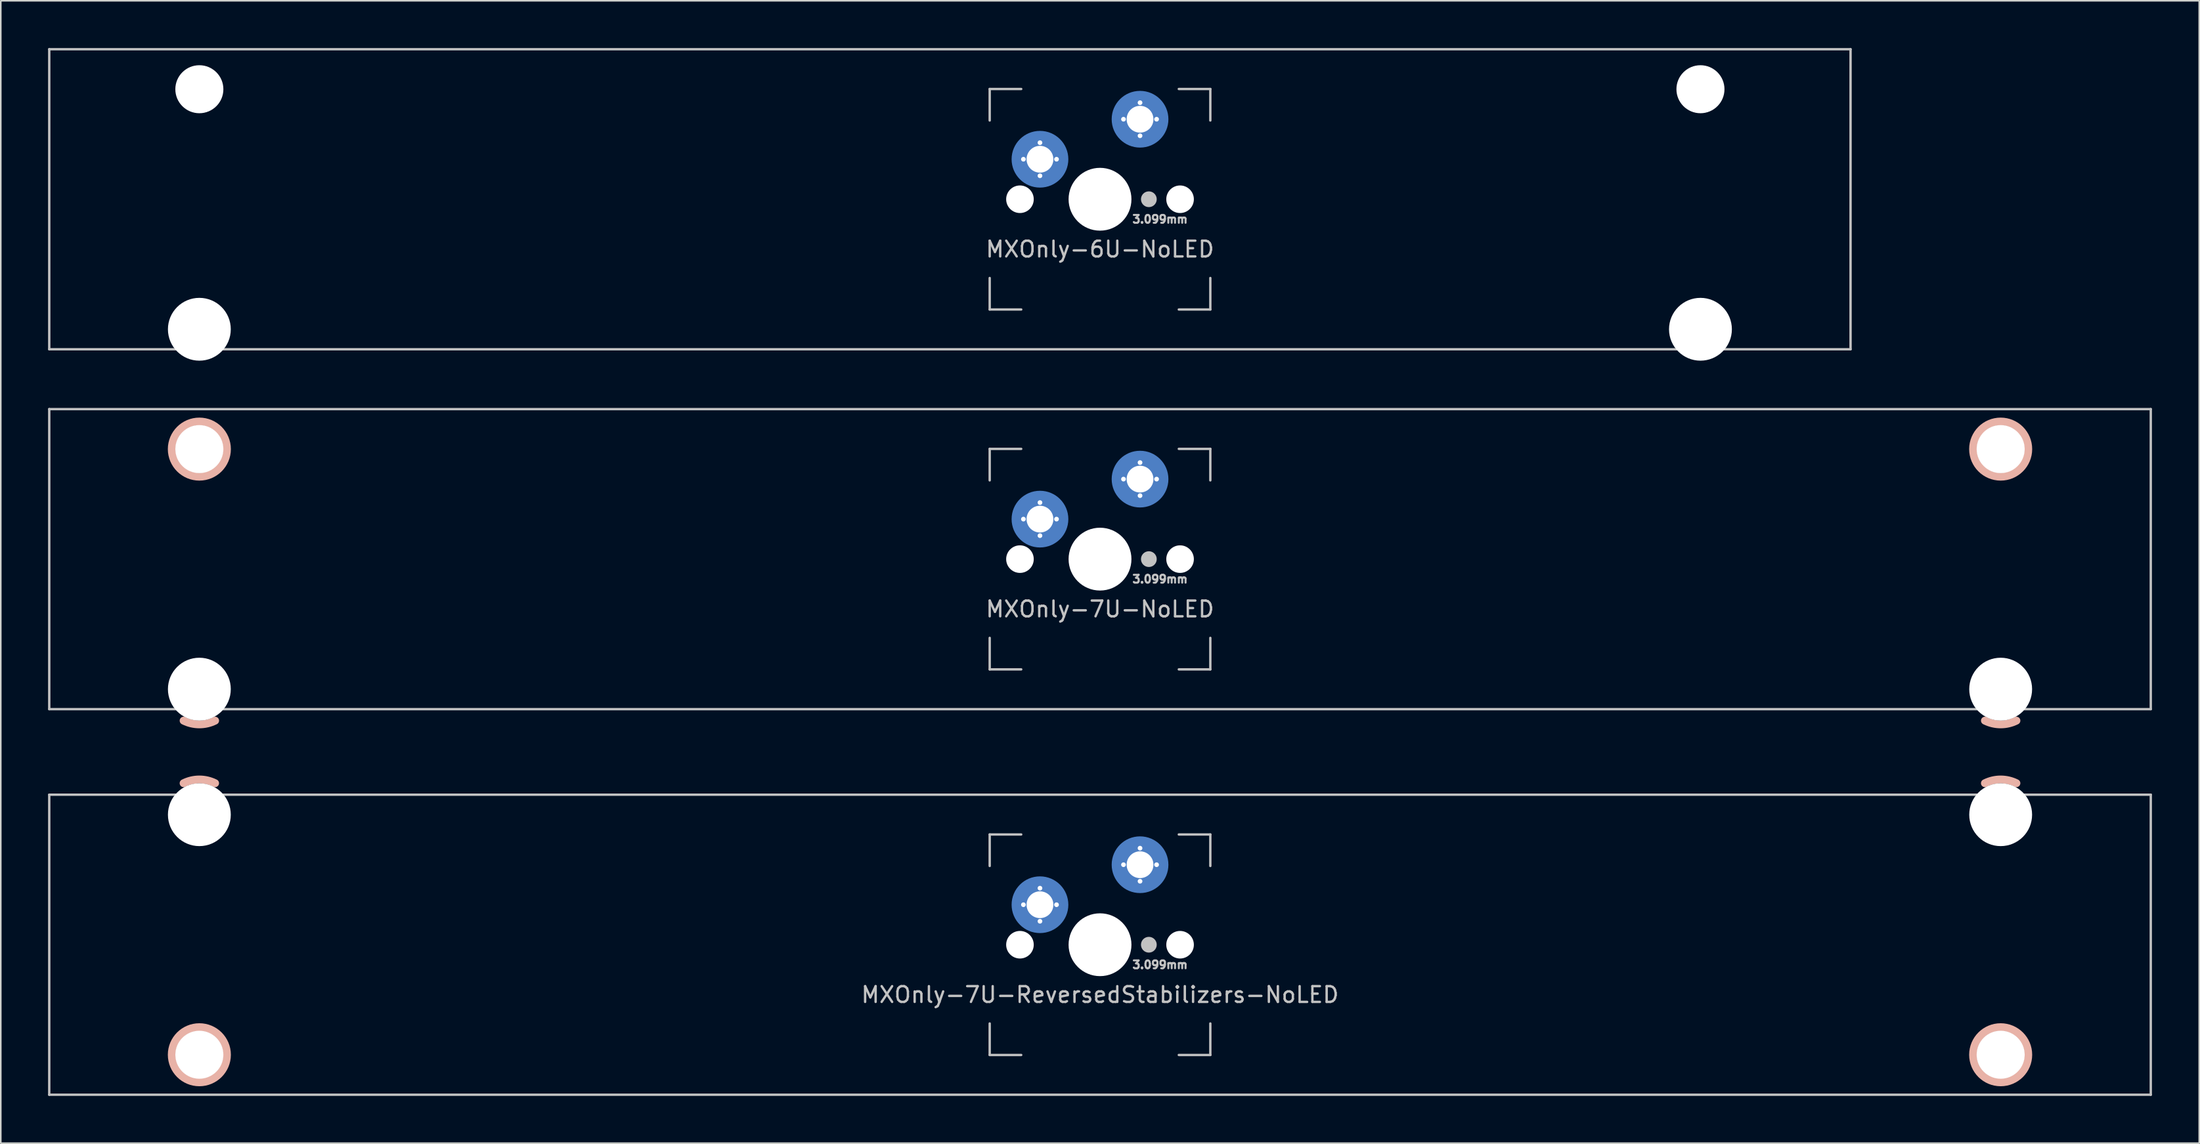
<source format=kicad_pcb>
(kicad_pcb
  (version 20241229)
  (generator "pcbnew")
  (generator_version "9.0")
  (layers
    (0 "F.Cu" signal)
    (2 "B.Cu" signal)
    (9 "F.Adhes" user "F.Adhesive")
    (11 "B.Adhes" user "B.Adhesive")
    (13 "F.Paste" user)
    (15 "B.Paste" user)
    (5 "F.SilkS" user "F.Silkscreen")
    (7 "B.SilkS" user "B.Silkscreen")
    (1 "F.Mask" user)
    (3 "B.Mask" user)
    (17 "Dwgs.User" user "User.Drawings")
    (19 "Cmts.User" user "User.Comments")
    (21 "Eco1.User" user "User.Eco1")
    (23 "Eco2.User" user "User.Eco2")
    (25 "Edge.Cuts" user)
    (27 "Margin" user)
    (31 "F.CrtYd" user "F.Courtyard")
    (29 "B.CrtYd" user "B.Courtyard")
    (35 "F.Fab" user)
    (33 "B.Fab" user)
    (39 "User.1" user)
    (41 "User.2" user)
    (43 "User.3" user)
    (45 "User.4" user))
  (footprint "MXOnly-7U-ReversedStabilizers-NoLED"
    (layer "F.Cu")
    (at 66.75 56.931)
    (property "Reference" "MXOnly-7U-ReversedStabilizers-NoLED" (at 0 3.175 0) (layer "Dwgs.User") (effects (font (size 1 1) (thickness 0.15))))
    (attr through_hole)
    (fp_arc (start -58.15 -10.255) (mid -57.150587 -10.491068) (end -56.151051 -10.255525) (stroke (width 0.5) (type solid)) (layer "B.SilkS"))
    (fp_arc (start 56.15 -10.255) (mid 57.149413 -10.491068) (end 58.148949 -10.255525) (stroke (width 0.5) (type solid)) (layer "B.SilkS"))
    (fp_circle (center -57.15 6.985) (end -58.9 6.985) (stroke (width 0.5) (type solid)) (fill no) (layer "B.SilkS"))
    (fp_circle (center 57.15 6.985) (end 55.4 6.985) (stroke (width 0.5) (type solid)) (fill no) (layer "B.SilkS"))
    (fp_line (start -66.675 -9.525) (end 66.675 -9.525) (stroke (width 0.15) (type solid)) (layer "Dwgs.User"))
    (fp_line (start -66.675 9.525) (end -66.675 -9.525) (stroke (width 0.15) (type solid)) (layer "Dwgs.User"))
    (fp_line (start -66.675 9.525) (end 66.675 9.525) (stroke (width 0.15) (type solid)) (layer "Dwgs.User"))
    (fp_line (start -7 -7) (end -7 -5) (stroke (width 0.15) (type solid)) (layer "Dwgs.User"))
    (fp_line (start -7 5) (end -7 7) (stroke (width 0.15) (type solid)) (layer "Dwgs.User"))
    (fp_line (start -7 7) (end -5 7) (stroke (width 0.15) (type solid)) (layer "Dwgs.User"))
    (fp_line (start -5 -7) (end -7 -7) (stroke (width 0.15) (type solid)) (layer "Dwgs.User"))
    (fp_line (start 5 -7) (end 7 -7) (stroke (width 0.15) (type solid)) (layer "Dwgs.User"))
    (fp_line (start 5 7) (end 7 7) (stroke (width 0.15) (type solid)) (layer "Dwgs.User"))
    (fp_line (start 7 -7) (end 7 -5) (stroke (width 0.15) (type solid)) (layer "Dwgs.User"))
    (fp_line (start 7 7) (end 7 5) (stroke (width 0.15) (type solid)) (layer "Dwgs.User"))
    (fp_line (start 66.675 -9.525) (end 66.675 9.525) (stroke (width 0.15) (type solid)) (layer "Dwgs.User"))
    (fp_text user "3.099mm" (at 3.81 1.27 0) (layer "Dwgs.User") (effects (font (size 0.5 0.5) (thickness 0.125))))
    (pad "" np_thru_hole circle (at -57.15 -8.255) (size 3.988 3.988) (drill 3.988) (layers "*.Cu" "*.Mask"))
    (pad "" np_thru_hole circle (at -57.15 6.985) (size 3.048 3.048) (drill 3.048) (layers "*.Cu" "*.Mask"))
    (pad "" np_thru_hole circle (at -5.08 0 48.1) (size 1.75 1.75) (drill 1.75) (layers "*.Cu" "*.Mask"))
    (pad "" smd circle (at -3.81 -2.54) (size 3.2 3.2) (layers "B.Mask"))
    (pad "" np_thru_hole circle (at 0 0) (size 3.988 3.988) (drill 3.988) (layers "*.Cu" "*.Mask"))
    (pad "" smd circle (at 2.54 -5.08) (size 3.2 3.2) (layers "B.Mask"))
    (pad "" smd circle (at 3.099 0) (size 1 1) (layers "Dwgs.User"))
    (pad "" np_thru_hole circle (at 5.08 0 48.1) (size 1.75 1.75) (drill 1.75) (layers "*.Cu" "*.Mask"))
    (pad "" np_thru_hole circle (at 57.15 -8.255) (size 3.988 3.988) (drill 3.988) (layers "*.Cu" "*.Mask"))
    (pad "" np_thru_hole circle (at 57.15 6.985) (size 3.048 3.048) (drill 3.048) (layers "*.Cu" "*.Mask"))
    (pad "1" thru_hole circle (at -4.86 -2.54 90) (size 0.4 0.4) (drill 0.3) (layers "*.Cu" "B.Mask"))
    (pad "1" thru_hole circle (at -3.81 -3.59) (size 0.4 0.4) (drill 0.3) (layers "*.Cu" "B.Mask"))
    (pad "1" thru_hole circle (at -3.81 -2.54) (size 2.5 2.5) (drill 1.7) (layers "*.Cu"))
    (pad "1" smd circle (at -3.81 -2.54) (size 3.6 3.6) (layers "B.Cu"))
    (pad "1" thru_hole circle (at -3.81 -1.49 180) (size 0.4 0.4) (drill 0.3) (layers "*.Cu" "B.Mask"))
    (pad "1" thru_hole circle (at -2.76 -2.54 270) (size 0.4 0.4) (drill 0.3) (layers "*.Cu" "B.Mask"))
    (pad "2" thru_hole circle (at 1.49 -5.08 90) (size 0.4 0.4) (drill 0.3) (layers "*.Cu" "B.Mask"))
    (pad "2" thru_hole circle (at 2.54 -6.13) (size 0.4 0.4) (drill 0.3) (layers "*.Cu" "B.Mask"))
    (pad "2" thru_hole circle (at 2.54 -5.08) (size 2.5 2.5) (drill 1.7) (layers "*.Cu"))
    (pad "2" smd circle (at 2.54 -5.08) (size 3.6 3.6) (layers "B.Cu"))
    (pad "2" thru_hole circle (at 2.54 -4.03 180) (size 0.4 0.4) (drill 0.3) (layers "*.Cu" "B.Mask"))
    (pad "2" thru_hole circle (at 3.59 -5.08 270) (size 0.4 0.4) (drill 0.3) (layers "*.Cu" "B.Mask")))
  (footprint "MXOnly-6U-NoLED"
    (layer "F.Cu")
    (at 57.225 9.6)
    (property "Reference" "MXOnly-6U-NoLED" (at 9.525 3.175 0) (layer "Dwgs.User") (effects (font (size 1 1) (thickness 0.15))))
    (attr through_hole)
    (fp_line (start -57.15 -9.525) (end 57.15 -9.525) (stroke (width 0.15) (type solid)) (layer "Dwgs.User"))
    (fp_line (start -57.15 9.525) (end -57.15 -9.525) (stroke (width 0.15) (type solid)) (layer "Dwgs.User"))
    (fp_line (start -57.15 9.525) (end 57.15 9.525) (stroke (width 0.15) (type solid)) (layer "Dwgs.User"))
    (fp_line (start 2.525 -7) (end 2.525 -5) (stroke (width 0.15) (type solid)) (layer "Dwgs.User"))
    (fp_line (start 2.525 5) (end 2.525 7) (stroke (width 0.15) (type solid)) (layer "Dwgs.User"))
    (fp_line (start 2.525 7) (end 4.525 7) (stroke (width 0.15) (type solid)) (layer "Dwgs.User"))
    (fp_line (start 4.525 -7) (end 2.525 -7) (stroke (width 0.15) (type solid)) (layer "Dwgs.User"))
    (fp_line (start 14.525 -7) (end 16.525 -7) (stroke (width 0.15) (type solid)) (layer "Dwgs.User"))
    (fp_line (start 14.525 7) (end 16.525 7) (stroke (width 0.15) (type solid)) (layer "Dwgs.User"))
    (fp_line (start 16.525 -7) (end 16.525 -5) (stroke (width 0.15) (type solid)) (layer "Dwgs.User"))
    (fp_line (start 16.525 7) (end 16.525 5) (stroke (width 0.15) (type solid)) (layer "Dwgs.User"))
    (fp_line (start 57.15 -9.525) (end 57.15 9.525) (stroke (width 0.15) (type solid)) (layer "Dwgs.User"))
    (fp_text user "3.099mm" (at 13.335 1.27 0) (layer "Dwgs.User") (effects (font (size 0.5 0.5) (thickness 0.125))))
    (pad "" np_thru_hole circle (at -47.625 -6.985) (size 3.048 3.048) (drill 3.048) (layers "*.Cu" "*.Mask"))
    (pad "" np_thru_hole circle (at -47.625 8.255) (size 3.988 3.988) (drill 3.988) (layers "*.Cu" "*.Mask"))
    (pad "" np_thru_hole circle (at 4.445 0 48.1) (size 1.75 1.75) (drill 1.75) (layers "*.Cu" "*.Mask"))
    (pad "" smd circle (at 5.715 -2.54) (size 3.2 3.2) (layers "B.Mask"))
    (pad "" np_thru_hole circle (at 9.525 0) (size 3.988 3.988) (drill 3.988) (layers "*.Cu" "*.Mask"))
    (pad "" smd circle (at 12.065 -5.08) (size 3.2 3.2) (layers "B.Mask"))
    (pad "" smd circle (at 12.624 0) (size 1 1) (layers "Dwgs.User"))
    (pad "" np_thru_hole circle (at 14.605 0 48.1) (size 1.75 1.75) (drill 1.75) (layers "*.Cu" "*.Mask"))
    (pad "" np_thru_hole circle (at 47.625 -6.985) (size 3.048 3.048) (drill 3.048) (layers "*.Cu" "*.Mask"))
    (pad "" np_thru_hole circle (at 47.625 8.255) (size 3.988 3.988) (drill 3.988) (layers "*.Cu" "*.Mask"))
    (pad "1" thru_hole circle (at 4.665 -2.54 90) (size 0.4 0.4) (drill 0.3) (layers "*.Cu" "B.Mask"))
    (pad "1" thru_hole circle (at 5.715 -3.59) (size 0.4 0.4) (drill 0.3) (layers "*.Cu" "B.Mask"))
    (pad "1" thru_hole circle (at 5.715 -2.54) (size 2.5 2.5) (drill 1.7) (layers "*.Cu"))
    (pad "1" smd circle (at 5.715 -2.54) (size 3.6 3.6) (layers "B.Cu"))
    (pad "1" thru_hole circle (at 5.715 -1.49 180) (size 0.4 0.4) (drill 0.3) (layers "*.Cu" "B.Mask"))
    (pad "1" thru_hole circle (at 6.765 -2.54 270) (size 0.4 0.4) (drill 0.3) (layers "*.Cu" "B.Mask"))
    (pad "2" thru_hole circle (at 11.015 -5.08 90) (size 0.4 0.4) (drill 0.3) (layers "*.Cu" "B.Mask"))
    (pad "2" thru_hole circle (at 12.065 -6.13) (size 0.4 0.4) (drill 0.3) (layers "*.Cu" "B.Mask"))
    (pad "2" thru_hole circle (at 12.065 -5.08) (size 2.5 2.5) (drill 1.7) (layers "*.Cu"))
    (pad "2" smd circle (at 12.065 -5.08) (size 3.6 3.6) (layers "B.Cu"))
    (pad "2" thru_hole circle (at 12.065 -4.03 180) (size 0.4 0.4) (drill 0.3) (layers "*.Cu" "B.Mask"))
    (pad "2" thru_hole circle (at 13.115 -5.08 270) (size 0.4 0.4) (drill 0.3) (layers "*.Cu" "B.Mask")))
  (footprint "MXOnly-7U-NoLED"
    (layer "F.Cu")
    (at 66.75 32.449)
    (property "Reference" "MXOnly-7U-NoLED" (at 0 3.175 0) (layer "Dwgs.User") (effects (font (size 1 1) (thickness 0.15))))
    (attr through_hole)
    (fp_arc (start -56.15 10.255) (mid -57.149413 10.491068) (end -58.148949 10.255525) (stroke (width 0.5) (type solid)) (layer "B.SilkS"))
    (fp_arc (start 58.15 10.255) (mid 57.150587 10.491068) (end 56.151051 10.255525) (stroke (width 0.5) (type solid)) (layer "B.SilkS"))
    (fp_circle (center -57.15 -6.985) (end -55.4 -6.985) (stroke (width 0.5) (type solid)) (fill no) (layer "B.SilkS"))
    (fp_circle (center 57.15 -6.985) (end 58.9 -6.985) (stroke (width 0.5) (type solid)) (fill no) (layer "B.SilkS"))
    (fp_line (start -66.675 -9.525) (end 66.675 -9.525) (stroke (width 0.15) (type solid)) (layer "Dwgs.User"))
    (fp_line (start -66.675 9.525) (end -66.675 -9.525) (stroke (width 0.15) (type solid)) (layer "Dwgs.User"))
    (fp_line (start -66.675 9.525) (end 66.675 9.525) (stroke (width 0.15) (type solid)) (layer "Dwgs.User"))
    (fp_line (start -7 -7) (end -7 -5) (stroke (width 0.15) (type solid)) (layer "Dwgs.User"))
    (fp_line (start -7 5) (end -7 7) (stroke (width 0.15) (type solid)) (layer "Dwgs.User"))
    (fp_line (start -7 7) (end -5 7) (stroke (width 0.15) (type solid)) (layer "Dwgs.User"))
    (fp_line (start -5 -7) (end -7 -7) (stroke (width 0.15) (type solid)) (layer "Dwgs.User"))
    (fp_line (start 5 -7) (end 7 -7) (stroke (width 0.15) (type solid)) (layer "Dwgs.User"))
    (fp_line (start 5 7) (end 7 7) (stroke (width 0.15) (type solid)) (layer "Dwgs.User"))
    (fp_line (start 7 -7) (end 7 -5) (stroke (width 0.15) (type solid)) (layer "Dwgs.User"))
    (fp_line (start 7 7) (end 7 5) (stroke (width 0.15) (type solid)) (layer "Dwgs.User"))
    (fp_line (start 66.675 -9.525) (end 66.675 9.525) (stroke (width 0.15) (type solid)) (layer "Dwgs.User"))
    (fp_text user "3.099mm" (at 3.81 1.27 0) (layer "Dwgs.User") (effects (font (size 0.5 0.5) (thickness 0.125))))
    (pad "" np_thru_hole circle (at -57.15 -6.985) (size 3.048 3.048) (drill 3.048) (layers "*.Cu" "*.Mask"))
    (pad "" np_thru_hole circle (at -57.15 8.255) (size 3.988 3.988) (drill 3.988) (layers "*.Cu" "*.Mask"))
    (pad "" np_thru_hole circle (at -5.08 0 48.1) (size 1.75 1.75) (drill 1.75) (layers "*.Cu" "*.Mask"))
    (pad "" smd circle (at -3.81 -2.54) (size 3.2 3.2) (layers "B.Mask"))
    (pad "" np_thru_hole circle (at 0 0) (size 3.988 3.988) (drill 3.988) (layers "*.Cu" "*.Mask"))
    (pad "" smd circle (at 2.54 -5.08) (size 3.2 3.2) (layers "B.Mask"))
    (pad "" smd circle (at 3.099 0) (size 1 1) (layers "Dwgs.User"))
    (pad "" np_thru_hole circle (at 5.08 0 48.1) (size 1.75 1.75) (drill 1.75) (layers "*.Cu" "*.Mask"))
    (pad "" np_thru_hole circle (at 57.15 -6.985) (size 3.048 3.048) (drill 3.048) (layers "*.Cu" "*.Mask"))
    (pad "" np_thru_hole circle (at 57.15 8.255) (size 3.988 3.988) (drill 3.988) (layers "*.Cu" "*.Mask"))
    (pad "1" thru_hole circle (at -4.86 -2.54 90) (size 0.4 0.4) (drill 0.3) (layers "*.Cu" "B.Mask"))
    (pad "1" thru_hole circle (at -3.81 -3.59) (size 0.4 0.4) (drill 0.3) (layers "*.Cu" "B.Mask"))
    (pad "1" thru_hole circle (at -3.81 -2.54) (size 2.5 2.5) (drill 1.7) (layers "*.Cu"))
    (pad "1" smd circle (at -3.81 -2.54) (size 3.6 3.6) (layers "B.Cu"))
    (pad "1" thru_hole circle (at -3.81 -1.49 180) (size 0.4 0.4) (drill 0.3) (layers "*.Cu" "B.Mask"))
    (pad "1" thru_hole circle (at -2.76 -2.54 270) (size 0.4 0.4) (drill 0.3) (layers "*.Cu" "B.Mask"))
    (pad "2" thru_hole circle (at 1.49 -5.08 90) (size 0.4 0.4) (drill 0.3) (layers "*.Cu" "B.Mask"))
    (pad "2" thru_hole circle (at 2.54 -6.13) (size 0.4 0.4) (drill 0.3) (layers "*.Cu" "B.Mask"))
    (pad "2" thru_hole circle (at 2.54 -5.08) (size 2.5 2.5) (drill 1.7) (layers "*.Cu"))
    (pad "2" smd circle (at 2.54 -5.08) (size 3.6 3.6) (layers "B.Cu"))
    (pad "2" thru_hole circle (at 2.54 -4.03 180) (size 0.4 0.4) (drill 0.3) (layers "*.Cu" "B.Mask"))
    (pad "2" thru_hole circle (at 3.59 -5.08 270) (size 0.4 0.4) (drill 0.3) (layers "*.Cu" "B.Mask")))
  (gr_rect
    (start -3 -3)
    (end 136.5 69.531)
    (stroke (width 0.1) (type default))
    (fill no)
    (layer "Edge.Cuts")))
</source>
